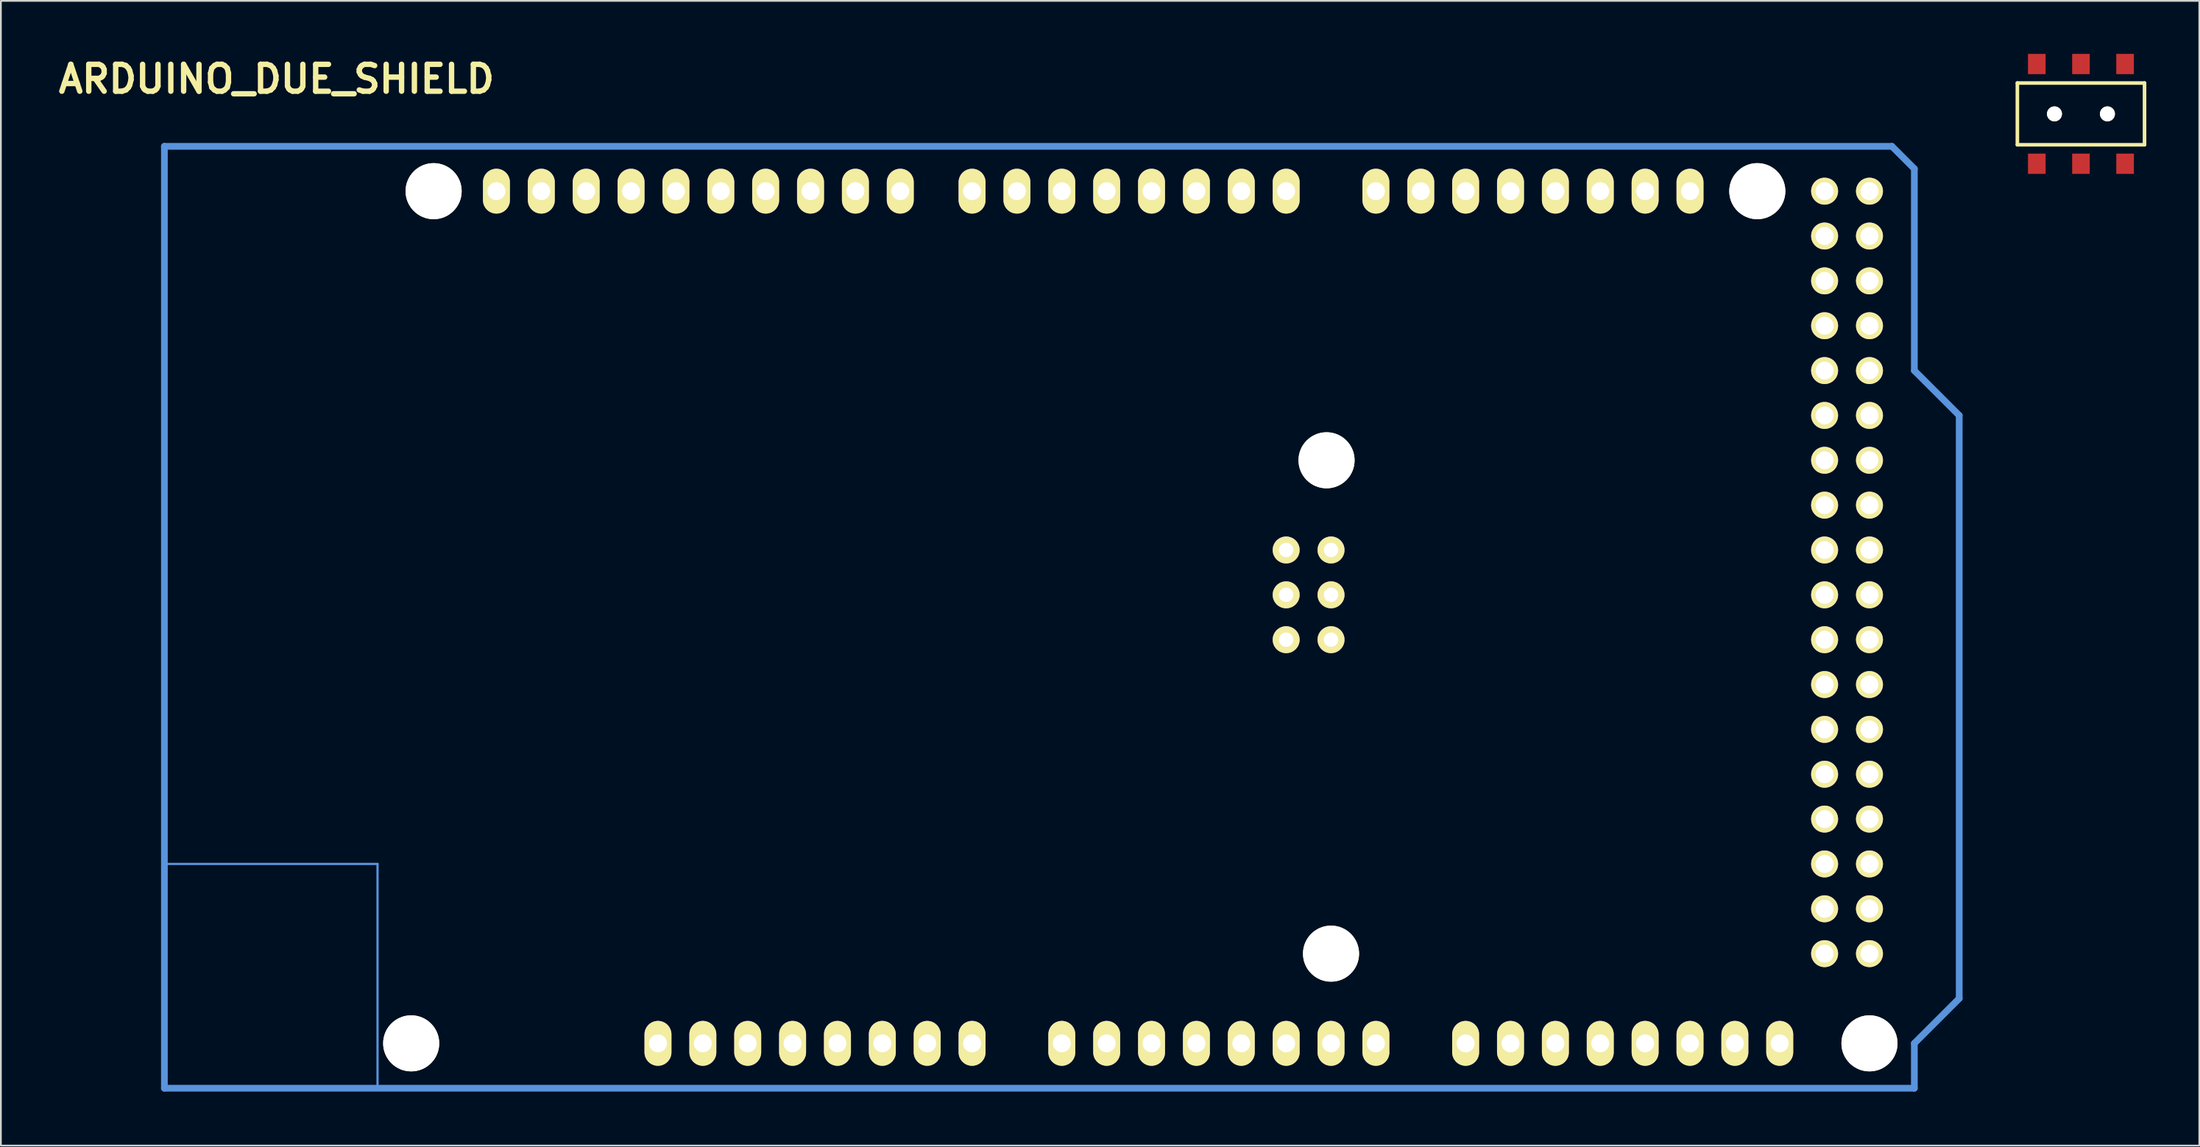
<source format=kicad_pcb>
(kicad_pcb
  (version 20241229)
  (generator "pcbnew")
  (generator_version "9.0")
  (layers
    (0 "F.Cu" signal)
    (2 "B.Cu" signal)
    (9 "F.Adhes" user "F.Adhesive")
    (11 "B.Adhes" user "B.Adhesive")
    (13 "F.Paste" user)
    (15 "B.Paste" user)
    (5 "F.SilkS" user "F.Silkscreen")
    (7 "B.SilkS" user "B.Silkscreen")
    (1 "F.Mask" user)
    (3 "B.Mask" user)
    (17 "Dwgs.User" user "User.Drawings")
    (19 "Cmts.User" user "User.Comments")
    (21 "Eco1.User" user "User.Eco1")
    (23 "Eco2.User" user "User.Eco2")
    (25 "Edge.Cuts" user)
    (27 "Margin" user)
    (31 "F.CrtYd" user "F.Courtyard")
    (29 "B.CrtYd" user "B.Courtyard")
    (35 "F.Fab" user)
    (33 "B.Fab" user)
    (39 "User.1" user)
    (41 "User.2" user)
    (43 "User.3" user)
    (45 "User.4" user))
  (footprint "AYZ0202"
    (layer "F.Cu")
    (at 114.747 3.399)
    (property "Reference" "AYZ0202" (at 0 0 0) (layer "Cmts.User") (effects (font (size 0.001 0.001) (thickness 0.000001))))
    (attr through_hole)
    (fp_line (start -3.599 -1.748) (end -3.599 1.748) (stroke (width 0.203) (type solid)) (layer "F.SilkS"))
    (fp_line (start -3.599 1.748) (end 3.599 1.748) (stroke (width 0.203) (type solid)) (layer "F.SilkS"))
    (fp_line (start 3.599 -1.748) (end -3.599 -1.748) (stroke (width 0.203) (type solid)) (layer "F.SilkS"))
    (fp_line (start 3.599 1.748) (end 3.599 -1.748) (stroke (width 0.203) (type solid)) (layer "F.SilkS"))
    (pad "" np_thru_hole circle (at -1.499 0) (size 0.848 0.848) (drill 0.848) (layers "*.Cu" "*.Mask" "F.SilkS"))
    (pad "" np_thru_hole circle (at 1.499 0) (size 0.848 0.848) (drill 0.848) (layers "*.Cu" "*.Mask" "F.SilkS"))
    (pad "1" smd rect (at -2.499 -2.824) (size 0.998 1.148) (layers "F.Cu" "F.Mask" "F.Paste"))
    (pad "2" smd rect (at 0 -2.824) (size 0.998 1.148) (layers "F.Cu" "F.Mask" "F.Paste"))
    (pad "3" smd rect (at 2.499 -2.824) (size 0.998 1.148) (layers "F.Cu" "F.Mask" "F.Paste"))
    (pad "4" smd rect (at -2.499 2.824) (size 0.998 1.148) (layers "F.Cu" "F.Mask" "F.Paste"))
    (pad "5" smd rect (at 0 2.824) (size 0.998 1.148) (layers "F.Cu" "F.Mask" "F.Paste"))
    (pad "6" smd rect (at 2.499 2.824) (size 0.998 1.148) (layers "F.Cu" "F.Mask" "F.Paste")))
  (footprint "ARDUINO_DUE_SHIELD"
    (layer "F.Cu")
    (at 6.256 58.576)
    (property "Reference" "ARDUINO_DUE_SHIELD" (at 6.35 -57.15 0) (layer "F.SilkS") (effects (font (size 1.524 1.524) (thickness 0.305))))
    (attr through_hole)
    (fp_line (start 0 -12.7) (end 12.065 -12.7) (stroke (width 0.127) (type solid)) (layer "Cmts.User"))
    (fp_line (start 0 0) (end 0 -53.34) (stroke (width 0.381) (type solid)) (layer "Cmts.User"))
    (fp_line (start 12.065 -12.7) (end 12.065 0) (stroke (width 0.127) (type solid)) (layer "Cmts.User"))
    (fp_line (start 97.79 -53.34) (end 0 -53.34) (stroke (width 0.381) (type solid)) (layer "Cmts.User"))
    (fp_line (start 99.06 -52.07) (end 97.79 -53.34) (stroke (width 0.381) (type solid)) (layer "Cmts.User"))
    (fp_line (start 99.06 -40.64) (end 99.06 -52.07) (stroke (width 0.381) (type solid)) (layer "Cmts.User"))
    (fp_line (start 99.06 -40.64) (end 101.6 -38.1) (stroke (width 0.381) (type solid)) (layer "Cmts.User"))
    (fp_line (start 99.06 -2.54) (end 99.06 0) (stroke (width 0.381) (type solid)) (layer "Cmts.User"))
    (fp_line (start 99.06 0) (end 0 0) (stroke (width 0.381) (type solid)) (layer "Cmts.User"))
    (fp_line (start 101.6 -38.1) (end 101.6 -5.08) (stroke (width 0.381) (type solid)) (layer "Cmts.User"))
    (fp_line (start 101.6 -5.08) (end 99.06 -2.54) (stroke (width 0.381) (type solid)) (layer "Cmts.User"))
    (pad "" np_thru_hole circle (at 13.97 -2.54 90) (size 3.175 3.175) (drill 3.175) (layers "*.Cu" "*.Mask" "F.SilkS"))
    (pad "" np_thru_hole circle (at 15.24 -50.8 90) (size 3.175 3.175) (drill 3.175) (layers "*.Cu" "*.Mask" "F.SilkS"))
    (pad "" np_thru_hole circle (at 65.786 -35.56) (size 3.175 3.175) (drill 3.175) (layers "*.Cu" "*.Mask" "F.SilkS"))
    (pad "" np_thru_hole circle (at 66.04 -7.62) (size 3.175 3.175) (drill 3.175) (layers "*.Cu" "*.Mask" "F.SilkS"))
    (pad "" np_thru_hole circle (at 90.17 -50.8 90) (size 3.175 3.175) (drill 3.175) (layers "*.Cu" "*.Mask" "F.SilkS"))
    (pad "" np_thru_hole circle (at 96.52 -2.54 90) (size 3.175 3.175) (drill 3.175) (layers "*.Cu" "*.Mask" "F.SilkS"))
    (pad "0" thru_hole oval (at 63.5 -50.8 90) (size 2.54 1.524) (drill 1.016) (layers "*.Cu" "*.Mask" "F.SilkS"))
    (pad "1" thru_hole oval (at 60.96 -50.8 90) (size 2.54 1.524) (drill 1.016) (layers "*.Cu" "*.Mask" "F.SilkS"))
    (pad "2" thru_hole oval (at 58.42 -50.8 90) (size 2.54 1.524) (drill 1.016) (layers "*.Cu" "*.Mask" "F.SilkS"))
    (pad "3" thru_hole oval (at 55.88 -50.8 90) (size 2.54 1.524) (drill 1.016) (layers "*.Cu" "*.Mask" "F.SilkS"))
    (pad "3V3" thru_hole oval (at 35.56 -2.54 90) (size 2.54 1.524) (drill 1.016) (layers "*.Cu" "*.Mask" "F.SilkS"))
    (pad "4" thru_hole oval (at 53.34 -50.8 90) (size 2.54 1.524) (drill 1.016) (layers "*.Cu" "*.Mask" "F.SilkS"))
    (pad "5" thru_hole oval (at 50.8 -50.8 90) (size 2.54 1.524) (drill 1.016) (layers "*.Cu" "*.Mask" "F.SilkS"))
    (pad "5V" thru_hole oval (at 38.1 -2.54 90) (size 2.54 1.524) (drill 1.016) (layers "*.Cu" "*.Mask" "F.SilkS"))
    (pad "5V_4" thru_hole circle (at 93.98 -50.8) (size 1.524 1.524) (drill 1.016) (layers "*.Cu" "*.Mask" "F.SilkS"))
    (pad "5V_5" thru_hole circle (at 96.52 -50.8) (size 1.524 1.524) (drill 1.016) (layers "*.Cu" "*.Mask" "F.SilkS"))
    (pad "6" thru_hole oval (at 48.26 -50.8 90) (size 2.54 1.524) (drill 1.016) (layers "*.Cu" "*.Mask" "F.SilkS"))
    (pad "7" thru_hole oval (at 45.72 -50.8 90) (size 2.54 1.524) (drill 1.016) (layers "*.Cu" "*.Mask" "F.SilkS"))
    (pad "8" thru_hole oval (at 41.656 -50.8 90) (size 2.54 1.524) (drill 1.016) (layers "*.Cu" "*.Mask" "F.SilkS"))
    (pad "9" thru_hole oval (at 39.116 -50.8 90) (size 2.54 1.524) (drill 1.016) (layers "*.Cu" "*.Mask" "F.SilkS"))
    (pad "10" thru_hole oval (at 36.576 -50.8 90) (size 2.54 1.524) (drill 1.016) (layers "*.Cu" "*.Mask" "F.SilkS"))
    (pad "11" thru_hole oval (at 34.036 -50.8 90) (size 2.54 1.524) (drill 1.016) (layers "*.Cu" "*.Mask" "F.SilkS"))
    (pad "12" thru_hole oval (at 31.496 -50.8 90) (size 2.54 1.524) (drill 1.016) (layers "*.Cu" "*.Mask" "F.SilkS"))
    (pad "13" thru_hole oval (at 28.956 -50.8 90) (size 2.54 1.524) (drill 1.016) (layers "*.Cu" "*.Mask" "F.SilkS"))
    (pad "14" thru_hole oval (at 68.58 -50.8 90) (size 2.54 1.524) (drill 1.016) (layers "*.Cu" "*.Mask" "F.SilkS"))
    (pad "15" thru_hole oval (at 71.12 -50.8 90) (size 2.54 1.524) (drill 1.016) (layers "*.Cu" "*.Mask" "F.SilkS"))
    (pad "16" thru_hole oval (at 73.66 -50.8 90) (size 2.54 1.524) (drill 1.016) (layers "*.Cu" "*.Mask" "F.SilkS"))
    (pad "17" thru_hole oval (at 76.2 -50.8 90) (size 2.54 1.524) (drill 1.016) (layers "*.Cu" "*.Mask" "F.SilkS"))
    (pad "18" thru_hole oval (at 78.74 -50.8 90) (size 2.54 1.524) (drill 1.016) (layers "*.Cu" "*.Mask" "F.SilkS"))
    (pad "19" thru_hole oval (at 81.28 -50.8 90) (size 2.54 1.524) (drill 1.016) (layers "*.Cu" "*.Mask" "F.SilkS"))
    (pad "20" thru_hole oval (at 83.82 -50.8 90) (size 2.54 1.524) (drill 1.016) (layers "*.Cu" "*.Mask" "F.SilkS"))
    (pad "21" thru_hole oval (at 86.36 -50.8 90) (size 2.54 1.524) (drill 1.016) (layers "*.Cu" "*.Mask" "F.SilkS"))
    (pad "22" thru_hole circle (at 93.98 -48.26) (size 1.524 1.524) (drill 1.016) (layers "*.Cu" "*.Mask" "F.SilkS"))
    (pad "23" thru_hole circle (at 96.52 -48.26) (size 1.524 1.524) (drill 1.016) (layers "*.Cu" "*.Mask" "F.SilkS"))
    (pad "24" thru_hole circle (at 93.98 -45.72) (size 1.524 1.524) (drill 1.016) (layers "*.Cu" "*.Mask" "F.SilkS"))
    (pad "25" thru_hole circle (at 96.52 -45.72) (size 1.524 1.524) (drill 1.016) (layers "*.Cu" "*.Mask" "F.SilkS"))
    (pad "26" thru_hole circle (at 93.98 -43.18) (size 1.524 1.524) (drill 1.016) (layers "*.Cu" "*.Mask" "F.SilkS"))
    (pad "27" thru_hole circle (at 96.52 -43.18) (size 1.524 1.524) (drill 1.016) (layers "*.Cu" "*.Mask" "F.SilkS"))
    (pad "28" thru_hole circle (at 93.98 -40.64) (size 1.524 1.524) (drill 1.016) (layers "*.Cu" "*.Mask" "F.SilkS"))
    (pad "29" thru_hole circle (at 96.52 -40.64) (size 1.524 1.524) (drill 1.016) (layers "*.Cu" "*.Mask" "F.SilkS"))
    (pad "30" thru_hole circle (at 93.98 -38.1) (size 1.524 1.524) (drill 1.016) (layers "*.Cu" "*.Mask" "F.SilkS"))
    (pad "31" thru_hole circle (at 96.52 -38.1) (size 1.524 1.524) (drill 1.016) (layers "*.Cu" "*.Mask" "F.SilkS"))
    (pad "32" thru_hole circle (at 93.98 -35.56) (size 1.524 1.524) (drill 1.016) (layers "*.Cu" "*.Mask" "F.SilkS"))
    (pad "33" thru_hole circle (at 96.52 -35.56) (size 1.524 1.524) (drill 1.016) (layers "*.Cu" "*.Mask" "F.SilkS"))
    (pad "34" thru_hole circle (at 93.98 -33.02) (size 1.524 1.524) (drill 1.016) (layers "*.Cu" "*.Mask" "F.SilkS"))
    (pad "35" thru_hole circle (at 96.52 -33.02) (size 1.524 1.524) (drill 1.016) (layers "*.Cu" "*.Mask" "F.SilkS"))
    (pad "36" thru_hole circle (at 93.98 -30.48) (size 1.524 1.524) (drill 1.016) (layers "*.Cu" "*.Mask" "F.SilkS"))
    (pad "37" thru_hole circle (at 96.52 -30.48) (size 1.524 1.524) (drill 1.016) (layers "*.Cu" "*.Mask" "F.SilkS"))
    (pad "38" thru_hole circle (at 93.98 -27.94) (size 1.524 1.524) (drill 1.016) (layers "*.Cu" "*.Mask" "F.SilkS"))
    (pad "39" thru_hole circle (at 96.52 -27.94) (size 1.524 1.524) (drill 1.016) (layers "*.Cu" "*.Mask" "F.SilkS"))
    (pad "40" thru_hole circle (at 93.98 -25.4) (size 1.524 1.524) (drill 1.016) (layers "*.Cu" "*.Mask" "F.SilkS"))
    (pad "41" thru_hole circle (at 96.52 -25.4) (size 1.524 1.524) (drill 1.016) (layers "*.Cu" "*.Mask" "F.SilkS"))
    (pad "42" thru_hole circle (at 93.98 -22.86) (size 1.524 1.524) (drill 1.016) (layers "*.Cu" "*.Mask" "F.SilkS"))
    (pad "43" thru_hole circle (at 96.52 -22.86) (size 1.524 1.524) (drill 1.016) (layers "*.Cu" "*.Mask" "F.SilkS"))
    (pad "44" thru_hole circle (at 93.98 -20.32) (size 1.524 1.524) (drill 1.016) (layers "*.Cu" "*.Mask" "F.SilkS"))
    (pad "45" thru_hole circle (at 96.52 -20.32) (size 1.524 1.524) (drill 1.016) (layers "*.Cu" "*.Mask" "F.SilkS"))
    (pad "46" thru_hole circle (at 93.98 -17.78) (size 1.524 1.524) (drill 1.016) (layers "*.Cu" "*.Mask" "F.SilkS"))
    (pad "47" thru_hole circle (at 96.52 -17.78) (size 1.524 1.524) (drill 1.016) (layers "*.Cu" "*.Mask" "F.SilkS"))
    (pad "48" thru_hole circle (at 93.98 -15.24) (size 1.524 1.524) (drill 1.016) (layers "*.Cu" "*.Mask" "F.SilkS"))
    (pad "49" thru_hole circle (at 96.52 -15.24) (size 1.524 1.524) (drill 1.016) (layers "*.Cu" "*.Mask" "F.SilkS"))
    (pad "50" thru_hole circle (at 93.98 -12.7) (size 1.524 1.524) (drill 1.016) (layers "*.Cu" "*.Mask" "F.SilkS"))
    (pad "51" thru_hole circle (at 96.52 -12.7) (size 1.524 1.524) (drill 1.016) (layers "*.Cu" "*.Mask" "F.SilkS"))
    (pad "52" thru_hole circle (at 93.98 -10.16) (size 1.524 1.524) (drill 1.016) (layers "*.Cu" "*.Mask" "F.SilkS"))
    (pad "53" thru_hole circle (at 96.52 -10.16) (size 1.524 1.524) (drill 1.016) (layers "*.Cu" "*.Mask" "F.SilkS"))
    (pad "AD0" thru_hole oval (at 50.8 -2.54 90) (size 2.54 1.524) (drill 1.016) (layers "*.Cu" "*.Mask" "F.SilkS"))
    (pad "AD1" thru_hole oval (at 53.34 -2.54 90) (size 2.54 1.524) (drill 1.016) (layers "*.Cu" "*.Mask" "F.SilkS"))
    (pad "AD2" thru_hole oval (at 55.88 -2.54 90) (size 2.54 1.524) (drill 1.016) (layers "*.Cu" "*.Mask" "F.SilkS"))
    (pad "AD3" thru_hole oval (at 58.42 -2.54 90) (size 2.54 1.524) (drill 1.016) (layers "*.Cu" "*.Mask" "F.SilkS"))
    (pad "AD4" thru_hole oval (at 60.96 -2.54 90) (size 2.54 1.524) (drill 1.016) (layers "*.Cu" "*.Mask" "F.SilkS"))
    (pad "AD5" thru_hole oval (at 63.5 -2.54 90) (size 2.54 1.524) (drill 1.016) (layers "*.Cu" "*.Mask" "F.SilkS"))
    (pad "AD6" thru_hole oval (at 66.04 -2.54 90) (size 2.54 1.524) (drill 1.016) (layers "*.Cu" "*.Mask" "F.SilkS"))
    (pad "AD7" thru_hole oval (at 68.58 -2.54 90) (size 2.54 1.524) (drill 1.016) (layers "*.Cu" "*.Mask" "F.SilkS"))
    (pad "AD8" thru_hole oval (at 73.66 -2.54 90) (size 2.54 1.524) (drill 1.016) (layers "*.Cu" "*.Mask" "F.SilkS"))
    (pad "AD9" thru_hole oval (at 76.2 -2.54 90) (size 2.54 1.524) (drill 1.016) (layers "*.Cu" "*.Mask" "F.SilkS"))
    (pad "AD10" thru_hole oval (at 78.74 -2.54 90) (size 2.54 1.524) (drill 1.016) (layers "*.Cu" "*.Mask" "F.SilkS"))
    (pad "AD11" thru_hole oval (at 81.28 -2.54 90) (size 2.54 1.524) (drill 1.016) (layers "*.Cu" "*.Mask" "F.SilkS"))
    (pad "AREF" thru_hole oval (at 23.876 -50.8 90) (size 2.54 1.524) (drill 1.016) (layers "*.Cu" "*.Mask" "F.SilkS"))
    (pad "C_RX" thru_hole oval (at 88.9 -2.54 90) (size 2.54 1.524) (drill 1.016) (layers "*.Cu" "*.Mask" "F.SilkS"))
    (pad "C_TX" thru_hole oval (at 91.44 -2.54 90) (size 2.54 1.524) (drill 1.016) (layers "*.Cu" "*.Mask" "F.SilkS"))
    (pad "DAC0" thru_hole oval (at 83.82 -2.54 90) (size 2.54 1.524) (drill 1.016) (layers "*.Cu" "*.Mask" "F.SilkS"))
    (pad "DAC1" thru_hole oval (at 86.36 -2.54 90) (size 2.54 1.524) (drill 1.016) (layers "*.Cu" "*.Mask" "F.SilkS"))
    (pad "GND1" thru_hole oval (at 40.64 -2.54 90) (size 2.54 1.524) (drill 1.016) (layers "*.Cu" "*.Mask" "F.SilkS"))
    (pad "GND2" thru_hole oval (at 43.18 -2.54 90) (size 2.54 1.524) (drill 1.016) (layers "*.Cu" "*.Mask" "F.SilkS"))
    (pad "GND3" thru_hole oval (at 26.416 -50.8 90) (size 2.54 1.524) (drill 1.016) (layers "*.Cu" "*.Mask" "F.SilkS"))
    (pad "GND4" thru_hole circle (at 93.98 -7.62) (size 1.524 1.524) (drill 1.016) (layers "*.Cu" "*.Mask" "F.SilkS"))
    (pad "GND5" thru_hole circle (at 96.52 -7.62) (size 1.524 1.524) (drill 1.016) (layers "*.Cu" "*.Mask" "F.SilkS"))
    (pad "IO_R" thru_hole oval (at 30.48 -2.54 90) (size 2.54 1.524) (drill 1.016) (layers "*.Cu" "*.Mask" "F.SilkS"))
    (pad "NC" thru_hole oval (at 27.94 -2.54 90) (size 2.54 1.524) (drill 1.016) (layers "*.Cu" "*.Mask" "F.SilkS"))
    (pad "RST" thru_hole oval (at 33.02 -2.54 90) (size 2.54 1.524) (drill 1.016) (layers "*.Cu" "*.Mask" "F.SilkS"))
    (pad "SCL1" thru_hole oval (at 18.796 -50.8 90) (size 2.54 1.524) (drill 1.016) (layers "*.Cu" "*.Mask" "F.SilkS"))
    (pad "SDA1" thru_hole oval (at 21.336 -50.8 90) (size 2.54 1.524) (drill 1.016) (layers "*.Cu" "*.Mask" "F.SilkS"))
    (pad "SP1" thru_hole circle (at 63.5 -30.48) (size 1.524 1.524) (drill 0.813) (layers "*.Cu" "*.Mask" "F.SilkS"))
    (pad "SP2" thru_hole circle (at 66.04 -30.48) (size 1.524 1.524) (drill 0.813) (layers "*.Cu" "*.Mask" "F.SilkS"))
    (pad "SP3" thru_hole circle (at 63.5 -27.94) (size 1.524 1.524) (drill 0.813) (layers "*.Cu" "*.Mask" "F.SilkS"))
    (pad "SP4" thru_hole circle (at 66.04 -27.94) (size 1.524 1.524) (drill 0.813) (layers "*.Cu" "*.Mask" "F.SilkS"))
    (pad "SP5" thru_hole circle (at 63.5 -25.4) (size 1.524 1.524) (drill 0.813) (layers "*.Cu" "*.Mask" "F.SilkS"))
    (pad "SP6" thru_hole circle (at 66.04 -25.4) (size 1.524 1.524) (drill 0.813) (layers "*.Cu" "*.Mask" "F.SilkS"))
    (pad "V_IN" thru_hole oval (at 45.72 -2.54 90) (size 2.54 1.524) (drill 1.016) (layers "*.Cu" "*.Mask" "F.SilkS")))
  (gr_rect
    (start -3 -3)
    (end 121.448 61.826)
    (stroke (width 0.1) (type default))
    (fill no)
    (layer "Edge.Cuts")))
</source>
